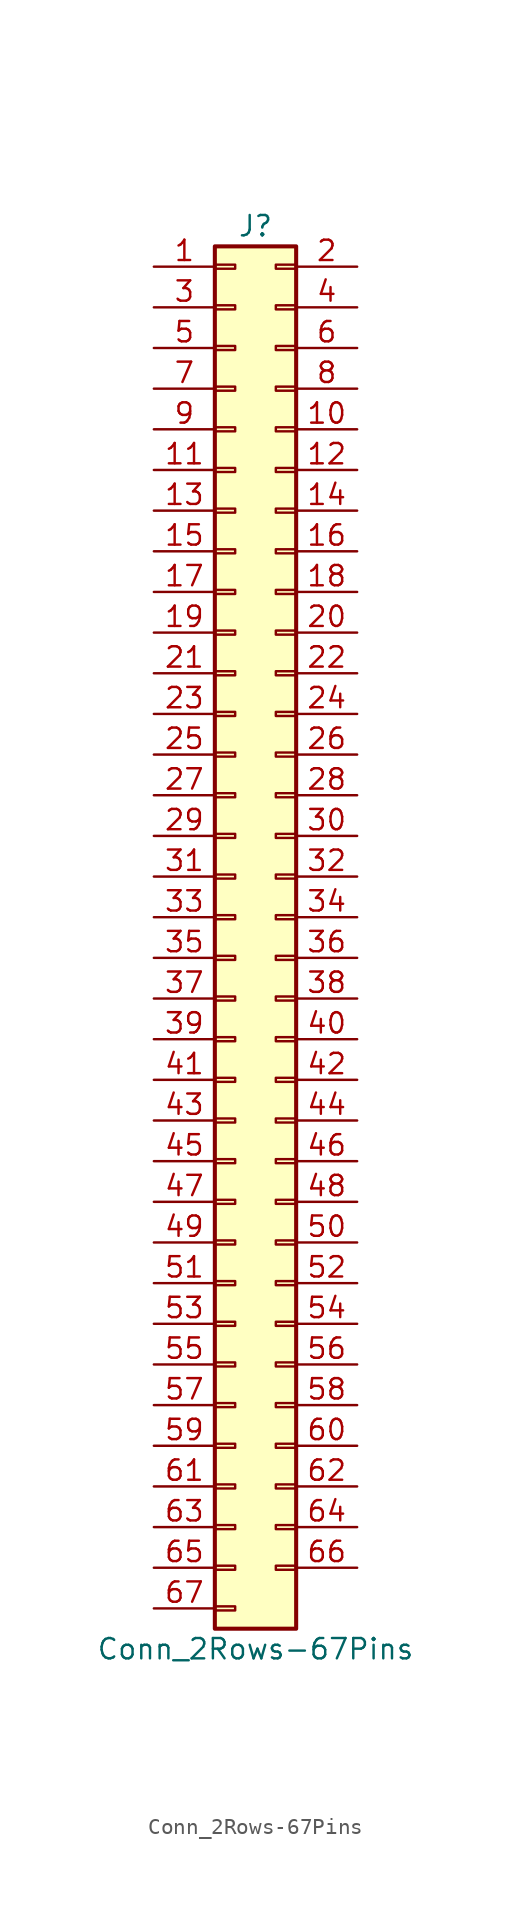
<source format=kicad_sym>
(kicad_symbol_lib
  (version 20220914)
  (generator kicad_symbol_editor)
  (symbol "Conn_2Rows-67Pins"
    (pin_names
      (offset 1.016) hide)
    (property "Reference" "J"
      (at 1.27 43.18 0)
      (effects (font (size 1.27 1.27))))
    (property "Value" "Conn_2Rows-67Pins"
      (at 1.27 -45.72 0)
      (effects (font (size 1.27 1.27))))
    (symbol "Conn_2Rows-67Pins_1_1"
      (rectangle (start -1.27 -43.053) (end 0 -43.307) (stroke (width 0.152) (type solid)) (fill (type none)))
      (rectangle (start -1.27 -40.513) (end 0 -40.767) (stroke (width 0.152) (type solid)) (fill (type none)))
      (rectangle (start -1.27 -37.973) (end 0 -38.227) (stroke (width 0.152) (type solid)) (fill (type none)))
      (rectangle (start -1.27 -35.433) (end 0 -35.687) (stroke (width 0.152) (type solid)) (fill (type none)))
      (rectangle (start -1.27 -32.893) (end 0 -33.147) (stroke (width 0.152) (type solid)) (fill (type none)))
      (rectangle (start -1.27 -30.353) (end 0 -30.607) (stroke (width 0.152) (type solid)) (fill (type none)))
      (rectangle (start -1.27 -27.813) (end 0 -28.067) (stroke (width 0.152) (type solid)) (fill (type none)))
      (rectangle (start -1.27 -25.273) (end 0 -25.527) (stroke (width 0.152) (type solid)) (fill (type none)))
      (rectangle (start -1.27 -22.733) (end 0 -22.987) (stroke (width 0.152) (type solid)) (fill (type none)))
      (rectangle (start -1.27 -20.193) (end 0 -20.447) (stroke (width 0.152) (type solid)) (fill (type none)))
      (rectangle (start -1.27 -17.653) (end 0 -17.907) (stroke (width 0.152) (type solid)) (fill (type none)))
      (rectangle (start -1.27 -15.113) (end 0 -15.367) (stroke (width 0.152) (type solid)) (fill (type none)))
      (rectangle (start -1.27 -12.573) (end 0 -12.827) (stroke (width 0.152) (type solid)) (fill (type none)))
      (rectangle (start -1.27 -10.033) (end 0 -10.287) (stroke (width 0.152) (type solid)) (fill (type none)))
      (rectangle (start -1.27 -7.493) (end 0 -7.747) (stroke (width 0.152) (type solid)) (fill (type none)))
      (rectangle (start -1.27 -4.953) (end 0 -5.207) (stroke (width 0.152) (type solid)) (fill (type none)))
      (rectangle (start -1.27 -2.413) (end 0 -2.667) (stroke (width 0.152) (type solid)) (fill (type none)))
      (rectangle (start -1.27 0.127) (end 0 -0.127) (stroke (width 0.152) (type solid)) (fill (type none)))
      (rectangle (start -1.27 2.667) (end 0 2.413) (stroke (width 0.152) (type solid)) (fill (type none)))
      (rectangle (start -1.27 5.207) (end 0 4.953) (stroke (width 0.152) (type solid)) (fill (type none)))
      (rectangle (start -1.27 7.747) (end 0 7.493) (stroke (width 0.152) (type solid)) (fill (type none)))
      (rectangle (start -1.27 10.287) (end 0 10.033) (stroke (width 0.152) (type solid)) (fill (type none)))
      (rectangle (start -1.27 12.827) (end 0 12.573) (stroke (width 0.152) (type solid)) (fill (type none)))
      (rectangle (start -1.27 15.367) (end 0 15.113) (stroke (width 0.152) (type solid)) (fill (type none)))
      (rectangle (start -1.27 17.907) (end 0 17.653) (stroke (width 0.152) (type solid)) (fill (type none)))
      (rectangle (start -1.27 20.447) (end 0 20.193) (stroke (width 0.152) (type solid)) (fill (type none)))
      (rectangle (start -1.27 22.987) (end 0 22.733) (stroke (width 0.152) (type solid)) (fill (type none)))
      (rectangle (start -1.27 25.527) (end 0 25.273) (stroke (width 0.152) (type solid)) (fill (type none)))
      (rectangle (start -1.27 28.067) (end 0 27.813) (stroke (width 0.152) (type solid)) (fill (type none)))
      (rectangle (start -1.27 30.607) (end 0 30.353) (stroke (width 0.152) (type solid)) (fill (type none)))
      (rectangle (start -1.27 33.147) (end 0 32.893) (stroke (width 0.152) (type solid)) (fill (type none)))
      (rectangle (start -1.27 35.687) (end 0 35.433) (stroke (width 0.152) (type solid)) (fill (type none)))
      (rectangle (start -1.27 38.227) (end 0 37.973) (stroke (width 0.152) (type solid)) (fill (type none)))
      (rectangle (start -1.27 40.767) (end 0 40.513) (stroke (width 0.152) (type solid)) (fill (type none)))
      (rectangle (start -1.27 41.91) (end 3.81 -44.45) (stroke (width 0.254) (type solid)) (fill (type background)))
      (rectangle (start 3.81 -40.513) (end 2.54 -40.767) (stroke (width 0.152) (type solid)) (fill (type none)))
      (rectangle (start 3.81 -37.973) (end 2.54 -38.227) (stroke (width 0.152) (type solid)) (fill (type none)))
      (rectangle (start 3.81 -35.433) (end 2.54 -35.687) (stroke (width 0.152) (type solid)) (fill (type none)))
      (rectangle (start 3.81 -32.893) (end 2.54 -33.147) (stroke (width 0.152) (type solid)) (fill (type none)))
      (rectangle (start 3.81 -30.353) (end 2.54 -30.607) (stroke (width 0.152) (type solid)) (fill (type none)))
      (rectangle (start 3.81 -27.813) (end 2.54 -28.067) (stroke (width 0.152) (type solid)) (fill (type none)))
      (rectangle (start 3.81 -25.273) (end 2.54 -25.527) (stroke (width 0.152) (type solid)) (fill (type none)))
      (rectangle (start 3.81 -22.733) (end 2.54 -22.987) (stroke (width 0.152) (type solid)) (fill (type none)))
      (rectangle (start 3.81 -20.193) (end 2.54 -20.447) (stroke (width 0.152) (type solid)) (fill (type none)))
      (rectangle (start 3.81 -17.653) (end 2.54 -17.907) (stroke (width 0.152) (type solid)) (fill (type none)))
      (rectangle (start 3.81 -15.113) (end 2.54 -15.367) (stroke (width 0.152) (type solid)) (fill (type none)))
      (rectangle (start 3.81 -12.573) (end 2.54 -12.827) (stroke (width 0.152) (type solid)) (fill (type none)))
      (rectangle (start 3.81 -10.033) (end 2.54 -10.287) (stroke (width 0.152) (type solid)) (fill (type none)))
      (rectangle (start 3.81 -7.493) (end 2.54 -7.747) (stroke (width 0.152) (type solid)) (fill (type none)))
      (rectangle (start 3.81 -4.953) (end 2.54 -5.207) (stroke (width 0.152) (type solid)) (fill (type none)))
      (rectangle (start 3.81 -2.413) (end 2.54 -2.667) (stroke (width 0.152) (type solid)) (fill (type none)))
      (rectangle (start 3.81 0.127) (end 2.54 -0.127) (stroke (width 0.152) (type solid)) (fill (type none)))
      (rectangle (start 3.81 2.667) (end 2.54 2.413) (stroke (width 0.152) (type solid)) (fill (type none)))
      (rectangle (start 3.81 5.207) (end 2.54 4.953) (stroke (width 0.152) (type solid)) (fill (type none)))
      (rectangle (start 3.81 7.747) (end 2.54 7.493) (stroke (width 0.152) (type solid)) (fill (type none)))
      (rectangle (start 3.81 10.287) (end 2.54 10.033) (stroke (width 0.152) (type solid)) (fill (type none)))
      (rectangle (start 3.81 12.827) (end 2.54 12.573) (stroke (width 0.152) (type solid)) (fill (type none)))
      (rectangle (start 3.81 15.367) (end 2.54 15.113) (stroke (width 0.152) (type solid)) (fill (type none)))
      (rectangle (start 3.81 17.907) (end 2.54 17.653) (stroke (width 0.152) (type solid)) (fill (type none)))
      (rectangle (start 3.81 20.447) (end 2.54 20.193) (stroke (width 0.152) (type solid)) (fill (type none)))
      (rectangle (start 3.81 22.987) (end 2.54 22.733) (stroke (width 0.152) (type solid)) (fill (type none)))
      (rectangle (start 3.81 25.527) (end 2.54 25.273) (stroke (width 0.152) (type solid)) (fill (type none)))
      (rectangle (start 3.81 28.067) (end 2.54 27.813) (stroke (width 0.152) (type solid)) (fill (type none)))
      (rectangle (start 3.81 30.607) (end 2.54 30.353) (stroke (width 0.152) (type solid)) (fill (type none)))
      (rectangle (start 3.81 33.147) (end 2.54 32.893) (stroke (width 0.152) (type solid)) (fill (type none)))
      (rectangle (start 3.81 35.687) (end 2.54 35.433) (stroke (width 0.152) (type solid)) (fill (type none)))
      (rectangle (start 3.81 38.227) (end 2.54 37.973) (stroke (width 0.152) (type solid)) (fill (type none)))
      (rectangle (start 3.81 40.767) (end 2.54 40.513) (stroke (width 0.152) (type solid)) (fill (type none)))
      (pin passive line (at -5.08 40.64 0) (length 3.81) (name "Pin_1" (effects (font (size 1.27 1.27)))) (number "1" (effects (font (size 1.27 1.27)))))
      (pin passive line (at 7.62 30.48 180) (length 3.81) (name "Pin_10" (effects (font (size 1.27 1.27)))) (number "10" (effects (font (size 1.27 1.27)))))
      (pin passive line (at -5.08 27.94 0) (length 3.81) (name "Pin_11" (effects (font (size 1.27 1.27)))) (number "11" (effects (font (size 1.27 1.27)))))
      (pin passive line (at 7.62 27.94 180) (length 3.81) (name "Pin_12" (effects (font (size 1.27 1.27)))) (number "12" (effects (font (size 1.27 1.27)))))
      (pin passive line (at -5.08 25.4 0) (length 3.81) (name "Pin_13" (effects (font (size 1.27 1.27)))) (number "13" (effects (font (size 1.27 1.27)))))
      (pin passive line (at 7.62 25.4 180) (length 3.81) (name "Pin_14" (effects (font (size 1.27 1.27)))) (number "14" (effects (font (size 1.27 1.27)))))
      (pin passive line (at -5.08 22.86 0) (length 3.81) (name "Pin_15" (effects (font (size 1.27 1.27)))) (number "15" (effects (font (size 1.27 1.27)))))
      (pin passive line (at 7.62 22.86 180) (length 3.81) (name "Pin_16" (effects (font (size 1.27 1.27)))) (number "16" (effects (font (size 1.27 1.27)))))
      (pin passive line (at -5.08 20.32 0) (length 3.81) (name "Pin_17" (effects (font (size 1.27 1.27)))) (number "17" (effects (font (size 1.27 1.27)))))
      (pin passive line (at 7.62 20.32 180) (length 3.81) (name "Pin_18" (effects (font (size 1.27 1.27)))) (number "18" (effects (font (size 1.27 1.27)))))
      (pin passive line (at -5.08 17.78 0) (length 3.81) (name "Pin_19" (effects (font (size 1.27 1.27)))) (number "19" (effects (font (size 1.27 1.27)))))
      (pin passive line (at 7.62 40.64 180) (length 3.81) (name "Pin_2" (effects (font (size 1.27 1.27)))) (number "2" (effects (font (size 1.27 1.27)))))
      (pin passive line (at 7.62 17.78 180) (length 3.81) (name "Pin_20" (effects (font (size 1.27 1.27)))) (number "20" (effects (font (size 1.27 1.27)))))
      (pin passive line (at -5.08 15.24 0) (length 3.81) (name "Pin_21" (effects (font (size 1.27 1.27)))) (number "21" (effects (font (size 1.27 1.27)))))
      (pin passive line (at 7.62 15.24 180) (length 3.81) (name "Pin_22" (effects (font (size 1.27 1.27)))) (number "22" (effects (font (size 1.27 1.27)))))
      (pin passive line (at -5.08 12.7 0) (length 3.81) (name "Pin_23" (effects (font (size 1.27 1.27)))) (number "23" (effects (font (size 1.27 1.27)))))
      (pin passive line (at 7.62 12.7 180) (length 3.81) (name "Pin_24" (effects (font (size 1.27 1.27)))) (number "24" (effects (font (size 1.27 1.27)))))
      (pin passive line (at -5.08 10.16 0) (length 3.81) (name "Pin_25" (effects (font (size 1.27 1.27)))) (number "25" (effects (font (size 1.27 1.27)))))
      (pin passive line (at 7.62 10.16 180) (length 3.81) (name "Pin_26" (effects (font (size 1.27 1.27)))) (number "26" (effects (font (size 1.27 1.27)))))
      (pin passive line (at -5.08 7.62 0) (length 3.81) (name "Pin_27" (effects (font (size 1.27 1.27)))) (number "27" (effects (font (size 1.27 1.27)))))
      (pin passive line (at 7.62 7.62 180) (length 3.81) (name "Pin_28" (effects (font (size 1.27 1.27)))) (number "28" (effects (font (size 1.27 1.27)))))
      (pin passive line (at -5.08 5.08 0) (length 3.81) (name "Pin_29" (effects (font (size 1.27 1.27)))) (number "29" (effects (font (size 1.27 1.27)))))
      (pin passive line (at -5.08 38.1 0) (length 3.81) (name "Pin_3" (effects (font (size 1.27 1.27)))) (number "3" (effects (font (size 1.27 1.27)))))
      (pin passive line (at 7.62 5.08 180) (length 3.81) (name "Pin_30" (effects (font (size 1.27 1.27)))) (number "30" (effects (font (size 1.27 1.27)))))
      (pin passive line (at -5.08 2.54 0) (length 3.81) (name "Pin_31" (effects (font (size 1.27 1.27)))) (number "31" (effects (font (size 1.27 1.27)))))
      (pin passive line (at 7.62 2.54 180) (length 3.81) (name "Pin_32" (effects (font (size 1.27 1.27)))) (number "32" (effects (font (size 1.27 1.27)))))
      (pin passive line (at -5.08 0 0) (length 3.81) (name "Pin_33" (effects (font (size 1.27 1.27)))) (number "33" (effects (font (size 1.27 1.27)))))
      (pin passive line (at 7.62 0 180) (length 3.81) (name "Pin_34" (effects (font (size 1.27 1.27)))) (number "34" (effects (font (size 1.27 1.27)))))
      (pin passive line (at -5.08 -2.54 0) (length 3.81) (name "Pin_35" (effects (font (size 1.27 1.27)))) (number "35" (effects (font (size 1.27 1.27)))))
      (pin passive line (at 7.62 -2.54 180) (length 3.81) (name "Pin_36" (effects (font (size 1.27 1.27)))) (number "36" (effects (font (size 1.27 1.27)))))
      (pin passive line (at -5.08 -5.08 0) (length 3.81) (name "Pin_37" (effects (font (size 1.27 1.27)))) (number "37" (effects (font (size 1.27 1.27)))))
      (pin passive line (at 7.62 -5.08 180) (length 3.81) (name "Pin_38" (effects (font (size 1.27 1.27)))) (number "38" (effects (font (size 1.27 1.27)))))
      (pin passive line (at -5.08 -7.62 0) (length 3.81) (name "Pin_39" (effects (font (size 1.27 1.27)))) (number "39" (effects (font (size 1.27 1.27)))))
      (pin passive line (at 7.62 38.1 180) (length 3.81) (name "Pin_4" (effects (font (size 1.27 1.27)))) (number "4" (effects (font (size 1.27 1.27)))))
      (pin passive line (at 7.62 -7.62 180) (length 3.81) (name "Pin_40" (effects (font (size 1.27 1.27)))) (number "40" (effects (font (size 1.27 1.27)))))
      (pin passive line (at -5.08 -10.16 0) (length 3.81) (name "Pin_41" (effects (font (size 1.27 1.27)))) (number "41" (effects (font (size 1.27 1.27)))))
      (pin passive line (at 7.62 -10.16 180) (length 3.81) (name "Pin_42" (effects (font (size 1.27 1.27)))) (number "42" (effects (font (size 1.27 1.27)))))
      (pin passive line (at -5.08 -12.7 0) (length 3.81) (name "Pin_43" (effects (font (size 1.27 1.27)))) (number "43" (effects (font (size 1.27 1.27)))))
      (pin passive line (at 7.62 -12.7 180) (length 3.81) (name "Pin_44" (effects (font (size 1.27 1.27)))) (number "44" (effects (font (size 1.27 1.27)))))
      (pin passive line (at -5.08 -15.24 0) (length 3.81) (name "Pin_45" (effects (font (size 1.27 1.27)))) (number "45" (effects (font (size 1.27 1.27)))))
      (pin passive line (at 7.62 -15.24 180) (length 3.81) (name "Pin_46" (effects (font (size 1.27 1.27)))) (number "46" (effects (font (size 1.27 1.27)))))
      (pin passive line (at -5.08 -17.78 0) (length 3.81) (name "Pin_47" (effects (font (size 1.27 1.27)))) (number "47" (effects (font (size 1.27 1.27)))))
      (pin passive line (at 7.62 -17.78 180) (length 3.81) (name "Pin_48" (effects (font (size 1.27 1.27)))) (number "48" (effects (font (size 1.27 1.27)))))
      (pin passive line (at -5.08 -20.32 0) (length 3.81) (name "Pin_49" (effects (font (size 1.27 1.27)))) (number "49" (effects (font (size 1.27 1.27)))))
      (pin passive line (at -5.08 35.56 0) (length 3.81) (name "Pin_5" (effects (font (size 1.27 1.27)))) (number "5" (effects (font (size 1.27 1.27)))))
      (pin passive line (at 7.62 -20.32 180) (length 3.81) (name "Pin_50" (effects (font (size 1.27 1.27)))) (number "50" (effects (font (size 1.27 1.27)))))
      (pin passive line (at -5.08 -22.86 0) (length 3.81) (name "Pin_51" (effects (font (size 1.27 1.27)))) (number "51" (effects (font (size 1.27 1.27)))))
      (pin passive line (at 7.62 -22.86 180) (length 3.81) (name "Pin_52" (effects (font (size 1.27 1.27)))) (number "52" (effects (font (size 1.27 1.27)))))
      (pin passive line (at -5.08 -25.4 0) (length 3.81) (name "Pin_53" (effects (font (size 1.27 1.27)))) (number "53" (effects (font (size 1.27 1.27)))))
      (pin passive line (at 7.62 -25.4 180) (length 3.81) (name "Pin_54" (effects (font (size 1.27 1.27)))) (number "54" (effects (font (size 1.27 1.27)))))
      (pin passive line (at -5.08 -27.94 0) (length 3.81) (name "Pin_55" (effects (font (size 1.27 1.27)))) (number "55" (effects (font (size 1.27 1.27)))))
      (pin passive line (at 7.62 -27.94 180) (length 3.81) (name "Pin_56" (effects (font (size 1.27 1.27)))) (number "56" (effects (font (size 1.27 1.27)))))
      (pin passive line (at -5.08 -30.48 0) (length 3.81) (name "Pin_57" (effects (font (size 1.27 1.27)))) (number "57" (effects (font (size 1.27 1.27)))))
      (pin passive line (at 7.62 -30.48 180) (length 3.81) (name "Pin_58" (effects (font (size 1.27 1.27)))) (number "58" (effects (font (size 1.27 1.27)))))
      (pin passive line (at -5.08 -33.02 0) (length 3.81) (name "Pin_59" (effects (font (size 1.27 1.27)))) (number "59" (effects (font (size 1.27 1.27)))))
      (pin passive line (at 7.62 35.56 180) (length 3.81) (name "Pin_6" (effects (font (size 1.27 1.27)))) (number "6" (effects (font (size 1.27 1.27)))))
      (pin passive line (at 7.62 -33.02 180) (length 3.81) (name "Pin_60" (effects (font (size 1.27 1.27)))) (number "60" (effects (font (size 1.27 1.27)))))
      (pin passive line (at -5.08 -35.56 0) (length 3.81) (name "Pin_61" (effects (font (size 1.27 1.27)))) (number "61" (effects (font (size 1.27 1.27)))))
      (pin passive line (at 7.62 -35.56 180) (length 3.81) (name "Pin_62" (effects (font (size 1.27 1.27)))) (number "62" (effects (font (size 1.27 1.27)))))
      (pin passive line (at -5.08 -38.1 0) (length 3.81) (name "Pin_63" (effects (font (size 1.27 1.27)))) (number "63" (effects (font (size 1.27 1.27)))))
      (pin passive line (at 7.62 -38.1 180) (length 3.81) (name "Pin_64" (effects (font (size 1.27 1.27)))) (number "64" (effects (font (size 1.27 1.27)))))
      (pin passive line (at -5.08 -40.64 0) (length 3.81) (name "Pin_65" (effects (font (size 1.27 1.27)))) (number "65" (effects (font (size 1.27 1.27)))))
      (pin passive line (at 7.62 -40.64 180) (length 3.81) (name "Pin_66" (effects (font (size 1.27 1.27)))) (number "66" (effects (font (size 1.27 1.27)))))
      (pin passive line (at -5.08 -43.18 0) (length 3.81) (name "Pin_67" (effects (font (size 1.27 1.27)))) (number "67" (effects (font (size 1.27 1.27)))))
      (pin passive line (at -5.08 33.02 0) (length 3.81) (name "Pin_7" (effects (font (size 1.27 1.27)))) (number "7" (effects (font (size 1.27 1.27)))))
      (pin passive line (at 7.62 33.02 180) (length 3.81) (name "Pin_8" (effects (font (size 1.27 1.27)))) (number "8" (effects (font (size 1.27 1.27)))))
      (pin passive line (at -5.08 30.48 0) (length 3.81) (name "Pin_9" (effects (font (size 1.27 1.27)))) (number "9" (effects (font (size 1.27 1.27))))))))
</source>
